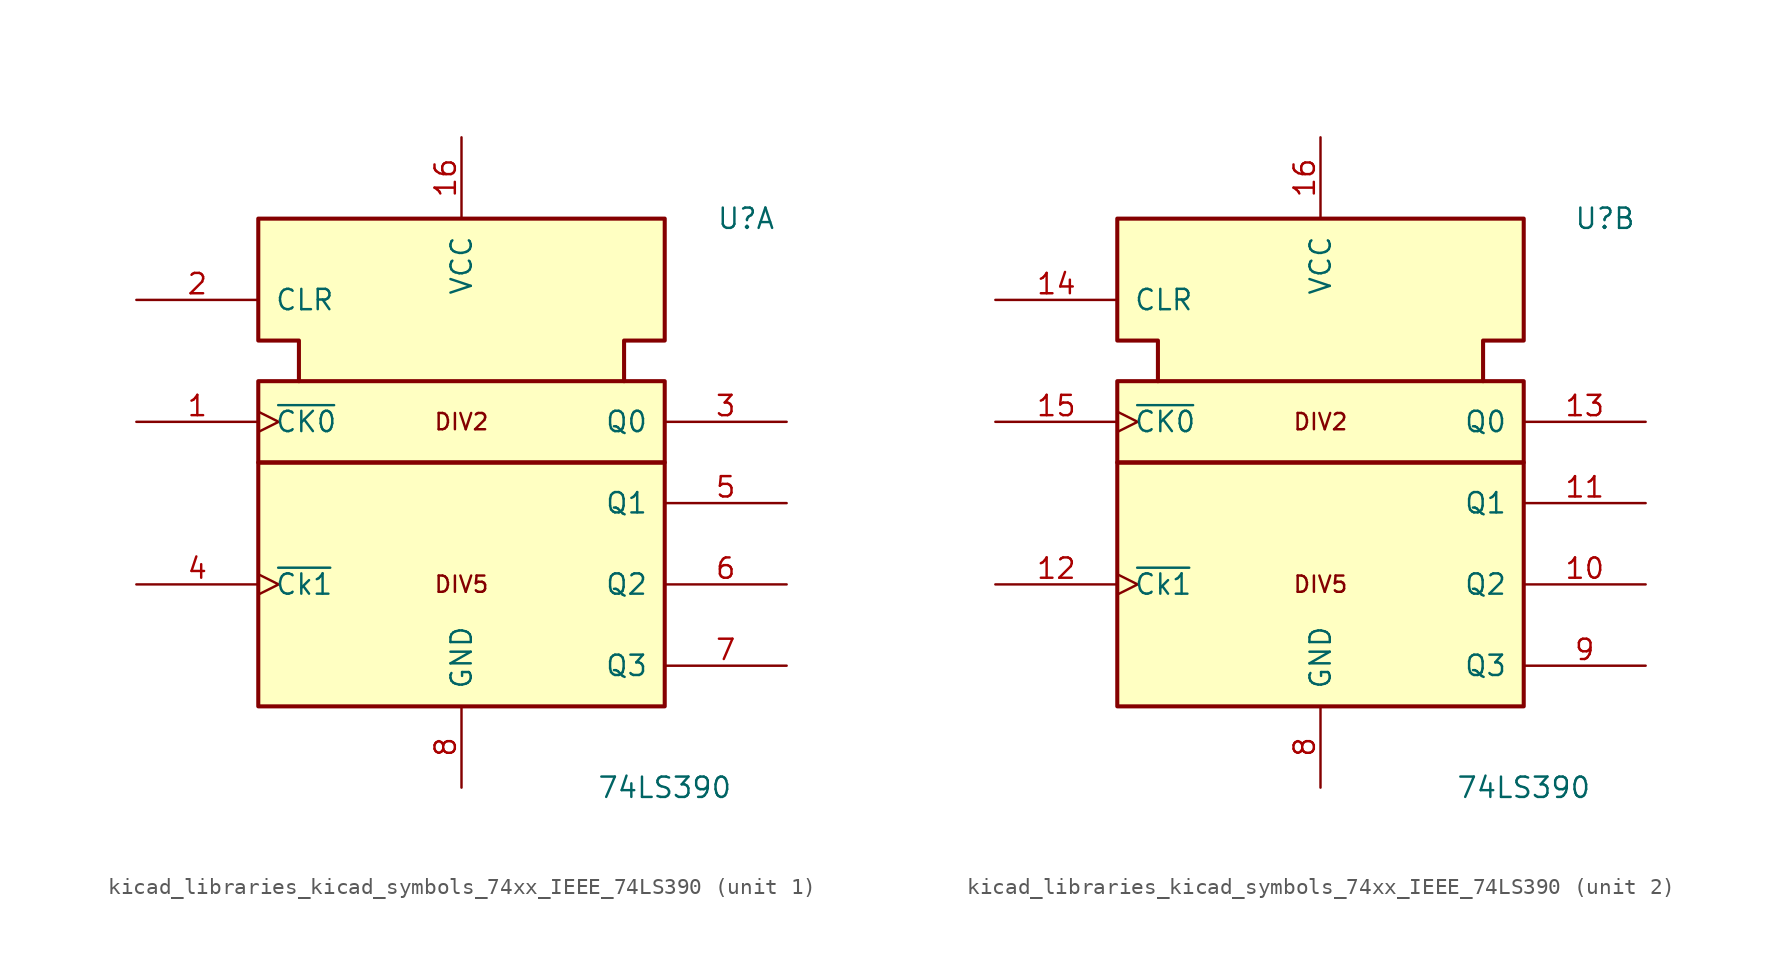
<source format=kicad_sym>
(kicad_symbol_lib
  (version 20220914)
  (generator kicad_symbol_editor)
  (symbol "kicad_libraries_kicad_symbols_74xx_IEEE_74LS390"
    (pin_names
      (offset 1.016))
    (property "Reference" "U"
      (at 17.78 20.32 0)
      (effects (font (size 1.27 1.27))))
    (property "Value" "74LS390"
      (at 12.7 -15.24 0)
      (effects (font (size 1.27 1.27))))
    (symbol "kicad_libraries_kicad_symbols_74xx_IEEE_74LS390_0_0"
      (rectangle (start -12.7 5.08) (end 12.7 -10.16) (stroke (width 0.254) (type default)) (fill (type background)))
      (rectangle (start -12.7 10.16) (end 12.7 5.08) (stroke (width 0.254) (type default)) (fill (type background)))
      (polyline (pts (xy -10.16 10.16) (xy -10.16 12.7) (xy -12.7 12.7) (xy -12.7 20.32) (xy 12.7 20.32) (xy 12.7 12.7) (xy 10.16 12.7) (xy 10.16 10.16) (xy 10.16 10.16)) (stroke (width 0.254) (type default)) (fill (type background)))
      (text "DIV2" (at 0 7.62 0) (effects (font (size 1.016 1.016))))
      (text "DIV5" (at 0 -2.54 0) (effects (font (size 1.016 1.016))))
      (pin power_in line (at 0 25.4 270) (length 5.08) (name "VCC" (effects (font (size 1.27 1.27)))) (number "16" (effects (font (size 1.27 1.27)))))
      (pin power_in line (at 0 -15.24 90) (length 5.08) (name "GND" (effects (font (size 1.27 1.27)))) (number "8" (effects (font (size 1.27 1.27))))))
    (symbol "kicad_libraries_kicad_symbols_74xx_IEEE_74LS390_1_1"
      (pin input clock (at -20.32 7.62 0) (length 7.62) (name "~{CK0}" (effects (font (size 1.27 1.27)))) (number "1" (effects (font (size 1.27 1.27)))))
      (pin input line (at -20.32 15.24 0) (length 7.62) (name "CLR" (effects (font (size 1.27 1.27)))) (number "2" (effects (font (size 1.27 1.27)))))
      (pin output line (at 20.32 7.62 180) (length 7.62) (name "Q0" (effects (font (size 1.27 1.27)))) (number "3" (effects (font (size 1.27 1.27)))))
      (pin input clock (at -20.32 -2.54 0) (length 7.62) (name "~{Ck1}" (effects (font (size 1.27 1.27)))) (number "4" (effects (font (size 1.27 1.27)))))
      (pin output line (at 20.32 2.54 180) (length 7.62) (name "Q1" (effects (font (size 1.27 1.27)))) (number "5" (effects (font (size 1.27 1.27)))))
      (pin output line (at 20.32 -2.54 180) (length 7.62) (name "Q2" (effects (font (size 1.27 1.27)))) (number "6" (effects (font (size 1.27 1.27)))))
      (pin output line (at 20.32 -7.62 180) (length 7.62) (name "Q3" (effects (font (size 1.27 1.27)))) (number "7" (effects (font (size 1.27 1.27))))))
    (symbol "kicad_libraries_kicad_symbols_74xx_IEEE_74LS390_2_1"
      (pin output line (at 20.32 -2.54 180) (length 7.62) (name "Q2" (effects (font (size 1.27 1.27)))) (number "10" (effects (font (size 1.27 1.27)))))
      (pin output line (at 20.32 2.54 180) (length 7.62) (name "Q1" (effects (font (size 1.27 1.27)))) (number "11" (effects (font (size 1.27 1.27)))))
      (pin input clock (at -20.32 -2.54 0) (length 7.62) (name "~{Ck1}" (effects (font (size 1.27 1.27)))) (number "12" (effects (font (size 1.27 1.27)))))
      (pin output line (at 20.32 7.62 180) (length 7.62) (name "Q0" (effects (font (size 1.27 1.27)))) (number "13" (effects (font (size 1.27 1.27)))))
      (pin input line (at -20.32 15.24 0) (length 7.62) (name "CLR" (effects (font (size 1.27 1.27)))) (number "14" (effects (font (size 1.27 1.27)))))
      (pin input clock (at -20.32 7.62 0) (length 7.62) (name "~{CK0}" (effects (font (size 1.27 1.27)))) (number "15" (effects (font (size 1.27 1.27)))))
      (pin output line (at 20.32 -7.62 180) (length 7.62) (name "Q3" (effects (font (size 1.27 1.27)))) (number "9" (effects (font (size 1.27 1.27))))))))
</source>
